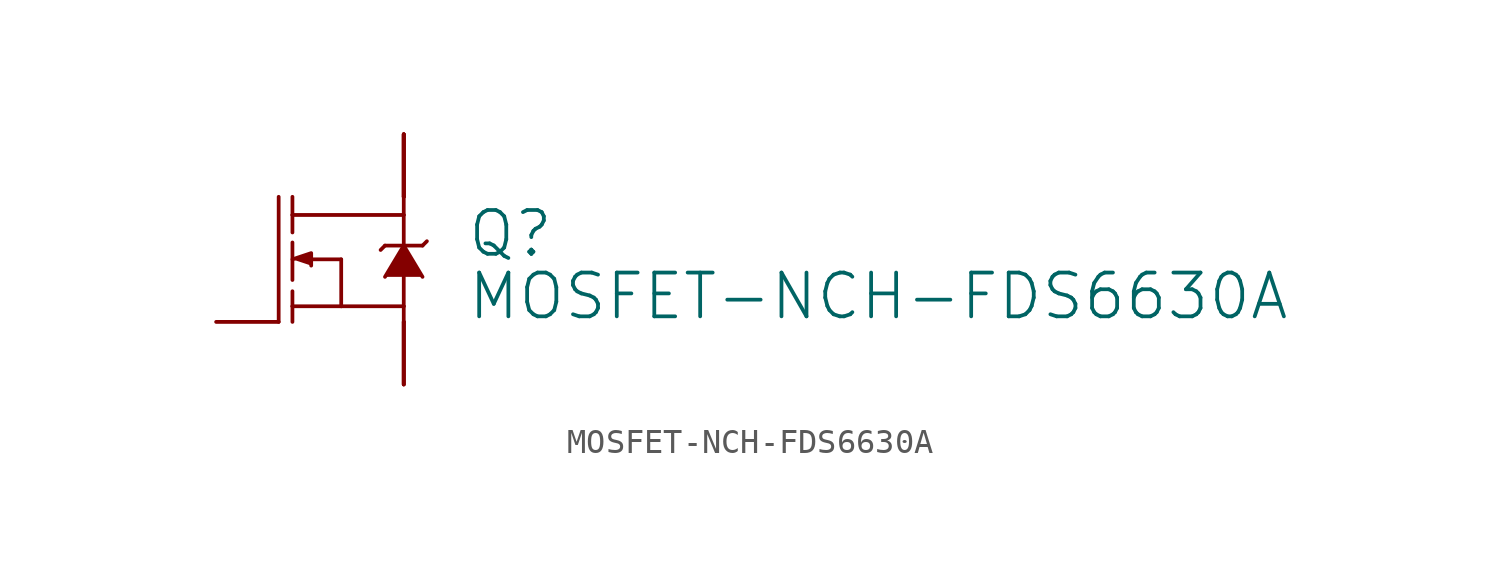
<source format=kicad_sym>
(kicad_symbol_lib
  (version 20211014)
  (generator kicad_symbol_editor)
  (symbol "MOSFET-NCH-FDS6630A"
    (property "Reference" "Q"
      (at 5.08 0 0)
      (effects (font (size 1.778 1.778)) (justify left bottom)))
    (property "Value" "MOSFET-NCH-FDS6630A"
      (at 5.08 -2.54 0)
      (effects (font (size 1.778 1.778)) (justify left bottom)))
    (property "ki_locked" ""
      (at 0 0 0)
      (effects (font (size 1.27 1.27))))
    (symbol "MOSFET-NCH-FDS6630A_1_0"
      (polyline (pts (xy -2.54 -2.54) (xy -2.54 2.54)) (stroke (width 0.152) (type default) (color 0 0 0 0)) (fill (type none)))
      (polyline (pts (xy -1.981 -1.905) (xy -1.981 -2.54)) (stroke (width 0.152) (type default) (color 0 0 0 0)) (fill (type none)))
      (polyline (pts (xy -1.981 -1.905) (xy 0 -1.905)) (stroke (width 0.152) (type default) (color 0 0 0 0)) (fill (type none)))
      (polyline (pts (xy -1.981 -1.295) (xy -1.981 -1.905)) (stroke (width 0.152) (type default) (color 0 0 0 0)) (fill (type none)))
      (polyline (pts (xy -1.981 0.686) (xy -1.981 -0.838)) (stroke (width 0.152) (type default) (color 0 0 0 0)) (fill (type none)))
      (polyline (pts (xy -1.981 1.803) (xy -1.981 1.092)) (stroke (width 0.152) (type default) (color 0 0 0 0)) (fill (type none)))
      (polyline (pts (xy -1.981 1.803) (xy 2.54 1.803)) (stroke (width 0.152) (type default) (color 0 0 0 0)) (fill (type none)))
      (polyline (pts (xy -1.981 2.54) (xy -1.981 1.803)) (stroke (width 0.152) (type default) (color 0 0 0 0)) (fill (type none)))
      (polyline (pts (xy 0 -1.905) (xy 0 0)) (stroke (width 0.152) (type default) (color 0 0 0 0)) (fill (type none)))
      (polyline (pts (xy 0 0) (xy -1.219 0)) (stroke (width 0.152) (type default) (color 0 0 0 0)) (fill (type none)))
      (polyline (pts (xy 1.6 0.381) (xy 1.778 0.559)) (stroke (width 0.152) (type default) (color 0 0 0 0)) (fill (type none)))
      (polyline (pts (xy 2.54 -2.54) (xy 2.54 -1.905)) (stroke (width 0.152) (type default) (color 0 0 0 0)) (fill (type none)))
      (polyline (pts (xy 2.54 -1.905) (xy 0 -1.905)) (stroke (width 0.152) (type default) (color 0 0 0 0)) (fill (type none)))
      (polyline (pts (xy 2.54 -0.711) (xy 2.54 -1.905)) (stroke (width 0.152) (type default) (color 0 0 0 0)) (fill (type none)))
      (polyline (pts (xy 2.54 0.559) (xy 1.778 0.559)) (stroke (width 0.152) (type default) (color 0 0 0 0)) (fill (type none)))
      (polyline (pts (xy 2.54 0.559) (xy 3.302 0.559)) (stroke (width 0.152) (type default) (color 0 0 0 0)) (fill (type none)))
      (polyline (pts (xy 2.54 1.803) (xy 2.54 0.559)) (stroke (width 0.152) (type default) (color 0 0 0 0)) (fill (type none)))
      (polyline (pts (xy 2.54 2.54) (xy 2.54 1.803)) (stroke (width 0.152) (type default) (color 0 0 0 0)) (fill (type none)))
      (polyline (pts (xy 3.302 0.559) (xy 3.48 0.737)) (stroke (width 0.152) (type default) (color 0 0 0 0)) (fill (type none)))
      (polyline (pts (xy -1.981 0) (xy -1.219 0.254) (xy -1.219 -0.254)) (stroke (width 0) (type default) (color 0 0 0 0)) (fill (type outline)))
      (polyline (pts (xy 1.778 -0.711) (xy 2.54 0.559) (xy 3.302 -0.711)) (stroke (width 0) (type default) (color 0 0 0 0)) (fill (type outline)))
      (pin bidirectional line (at 2.54 -5.08 90) (length 2.54) (name "S" (effects (font (size 0 0)))) (number "1" (effects (font (size 0 0)))))
      (pin bidirectional line (at 2.54 -5.08 90) (length 2.54) (name "S" (effects (font (size 0 0)))) (number "2" (effects (font (size 0 0)))))
      (pin bidirectional line (at 2.54 -5.08 90) (length 2.54) (name "S" (effects (font (size 0 0)))) (number "3" (effects (font (size 0 0)))))
      (pin bidirectional line (at -5.08 -2.54 0) (length 2.54) (name "G" (effects (font (size 0 0)))) (number "4" (effects (font (size 0 0)))))
      (pin bidirectional line (at 2.54 5.08 270) (length 2.54) (name "D" (effects (font (size 0 0)))) (number "5" (effects (font (size 0 0)))))
      (pin bidirectional line (at 2.54 5.08 270) (length 2.54) (name "D" (effects (font (size 0 0)))) (number "6" (effects (font (size 0 0)))))
      (pin bidirectional line (at 2.54 5.08 270) (length 2.54) (name "D" (effects (font (size 0 0)))) (number "7" (effects (font (size 0 0)))))
      (pin bidirectional line (at 2.54 5.08 270) (length 2.54) (name "D" (effects (font (size 0 0)))) (number "8" (effects (font (size 0 0))))))))
</source>
